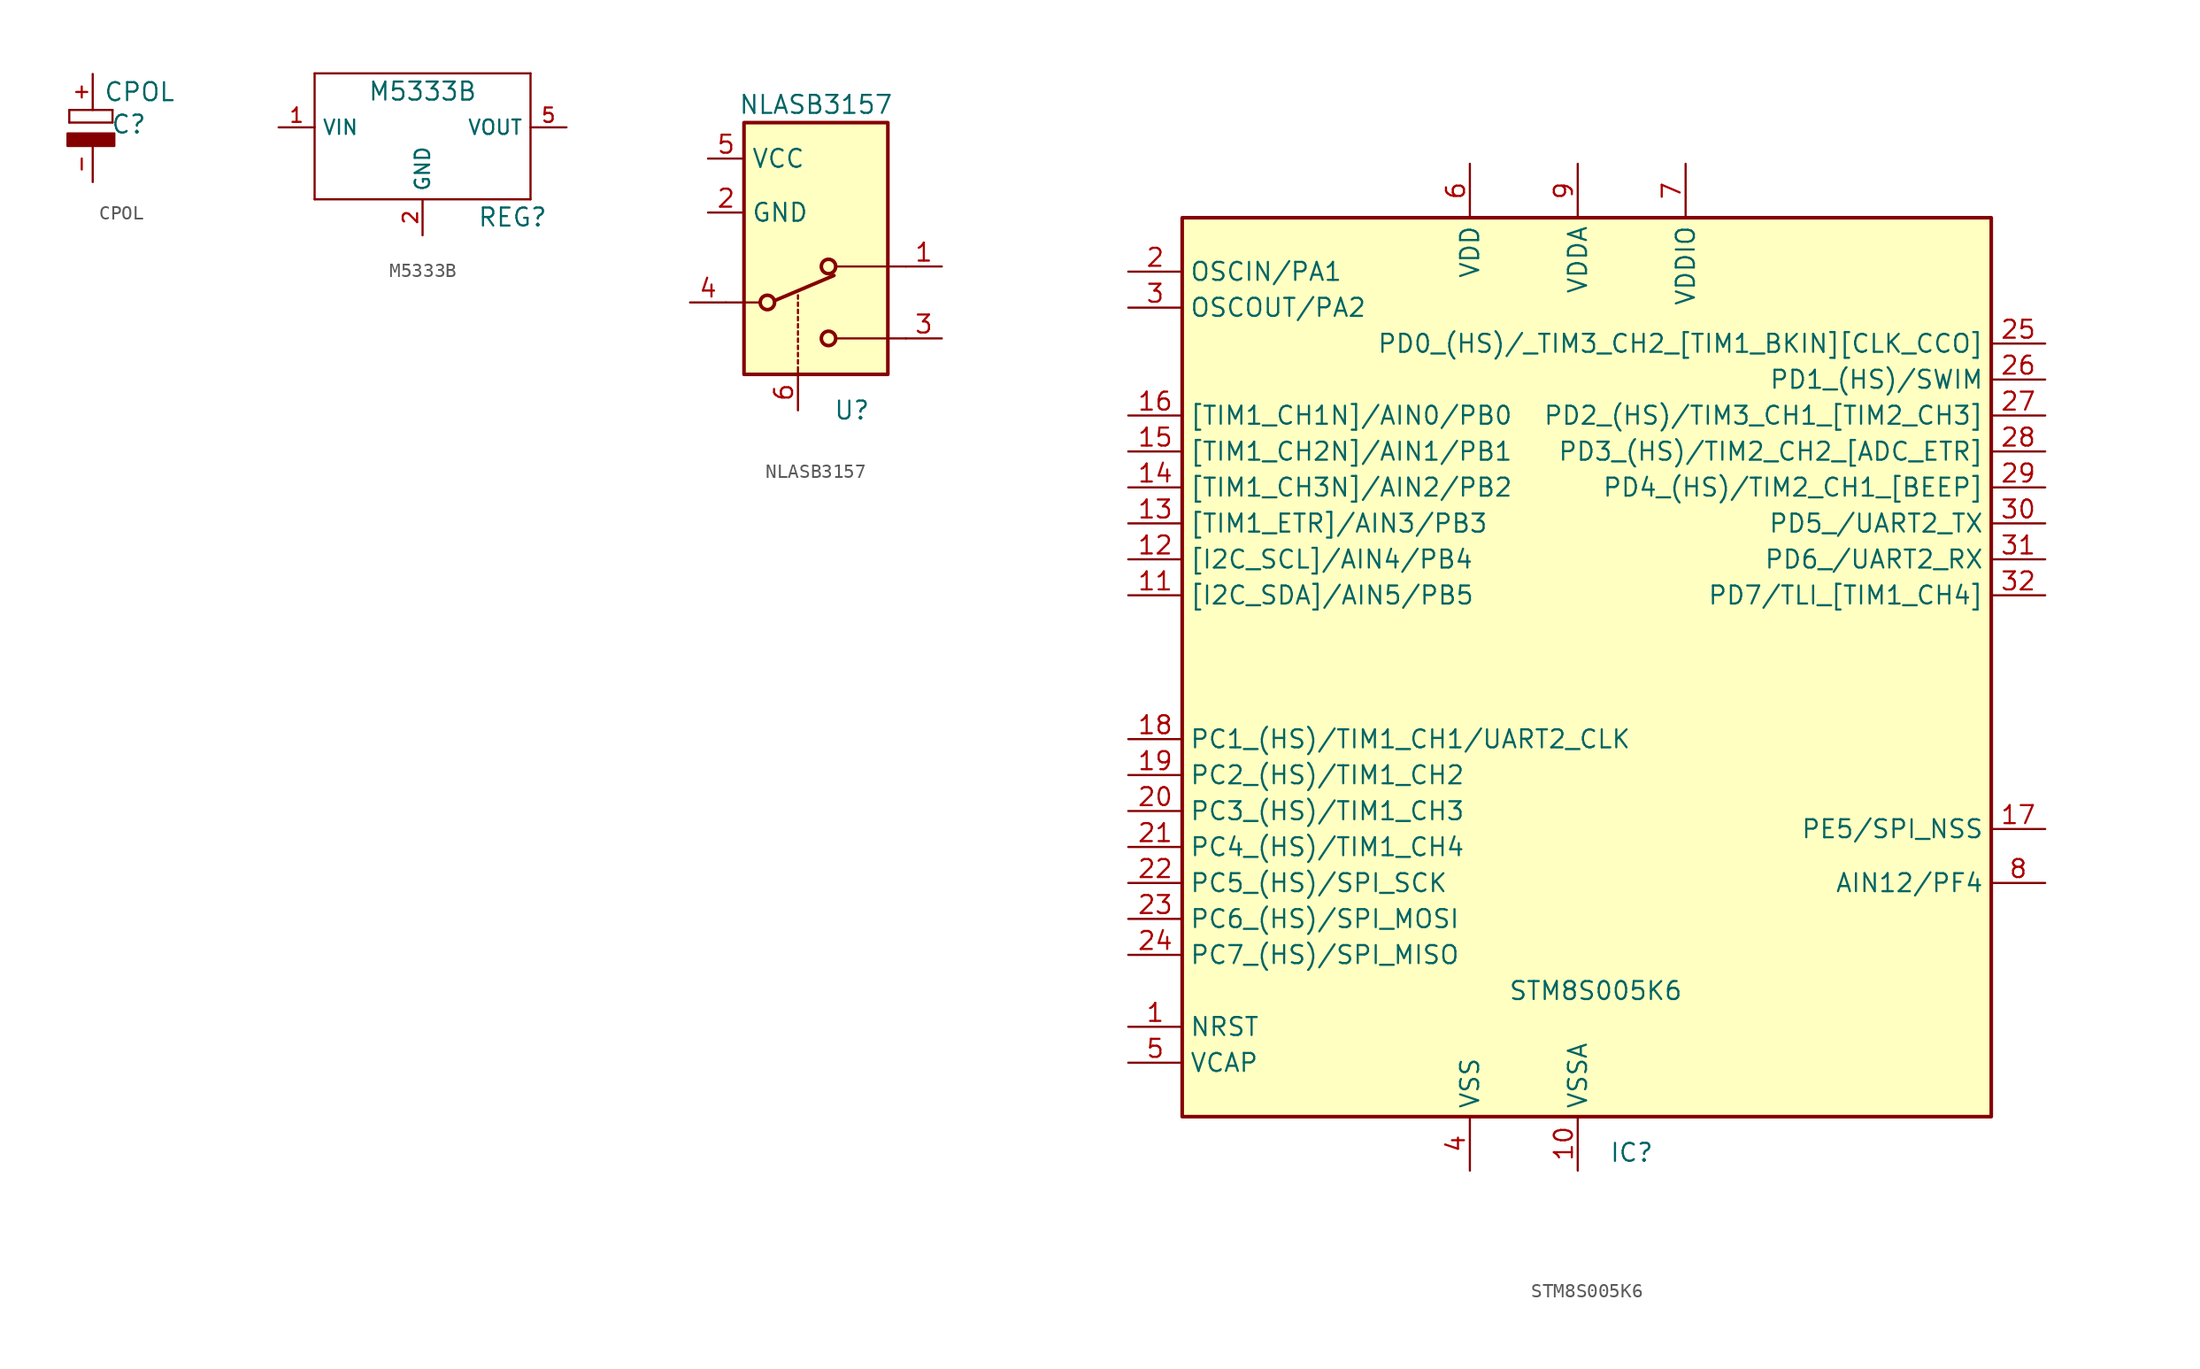
<source format=kicad_sym>
(kicad_symbol_lib
  (version 20211014)
  (generator kicad_symbol_editor)
  (symbol "CPOL"
    (property "Reference" "C"
      (at 2.54 0.254 0)
      (effects (font (size 1.27 1.27))))
    (property "Value" "CPOL"
      (at 3.302 2.54 0)
      (effects (font (size 1.27 1.27))))
    (symbol "CPOL_1_0"
      (polyline (pts (xy -1.651 0.381) (xy 1.397 0.381)) (stroke (width 0) (type default) (color 0 0 0 0)) (fill (type none)))
      (polyline (pts (xy -1.651 1.27) (xy -1.651 0.381)) (stroke (width 0) (type default) (color 0 0 0 0)) (fill (type none)))
      (polyline (pts (xy -1.651 1.27) (xy 1.397 1.27)) (stroke (width 0) (type default) (color 0 0 0 0)) (fill (type none)))
      (polyline (pts (xy 1.397 0.381) (xy 1.397 1.27)) (stroke (width 0) (type default) (color 0 0 0 0)) (fill (type none))))
    (symbol "CPOL_1_1"
      (rectangle (start -1.778 -1.27) (end 1.524 -0.381) (stroke (width 0) (type default) (color 0 0 0 0)) (fill (type outline)))
      (pin passive line (at 0 3.81 270) (length 2.54) (name "~" (effects (font (size 1.016 1.016)))) (number "+" (effects (font (size 1.016 1.016)))))
      (pin passive line (at 0 -3.81 90) (length 2.54) (name "" (effects (font (size 1.016 1.016)))) (number "-" (effects (font (size 1.016 1.016)))))))
  (symbol "M5333B"
    (property "Reference" "REG"
      (at 6.35 -5.08 0)
      (effects (font (size 1.27 1.27))))
    (property "Value" "M5333B"
      (at 0 3.81 0)
      (effects (font (size 1.27 1.27))))
    (symbol "M5333B_1_0"
      (polyline (pts (xy -7.62 -3.81) (xy 7.62 -3.81)) (stroke (width 0) (type default) (color 0 0 0 0)) (fill (type none)))
      (polyline (pts (xy -7.62 5.08) (xy -7.62 -3.81)) (stroke (width 0) (type default) (color 0 0 0 0)) (fill (type none)))
      (polyline (pts (xy 7.62 -3.81) (xy 7.62 5.08)) (stroke (width 0) (type default) (color 0 0 0 0)) (fill (type none)))
      (polyline (pts (xy 7.62 5.08) (xy -7.62 5.08)) (stroke (width 0) (type default) (color 0 0 0 0)) (fill (type none))))
    (symbol "M5333B_1_1"
      (pin power_in line (at -10.16 1.27 0) (length 2.54) (name "VIN" (effects (font (size 1.016 1.016)))) (number "1" (effects (font (size 1.016 1.016)))))
      (pin power_in line (at 0 -6.35 90) (length 2.54) (name "GND" (effects (font (size 1.016 1.016)))) (number "2" (effects (font (size 1.016 1.016)))))
      (pin power_out line (at 10.16 1.27 180) (length 2.54) (name "VOUT" (effects (font (size 1.016 1.016)))) (number "5" (effects (font (size 1.016 1.016)))))))
  (symbol "NLASB3157"
    (property "Reference" "U"
      (at 3.81 -12.7 0)
      (effects (font (size 1.27 1.27))))
    (property "Value" "NLASB3157"
      (at 1.27 8.89 0)
      (effects (font (size 1.27 1.27))))
    (symbol "NLASB3157_1_1"
      (rectangle (start -3.81 7.62) (end 6.35 -10.16) (stroke (width 0.254) (type default) (color 0 0 0 0)) (fill (type background)))
      (circle (center -2.159 -5.08) (radius 0.508) (stroke (width 0.254) (type default) (color 0 0 0 0)) (fill (type none)))
      (polyline (pts (xy -5.08 -5.08) (xy -2.794 -5.08)) (stroke (width 0) (type default) (color 0 0 0 0)) (fill (type none)))
      (polyline (pts (xy -1.651 -4.953) (xy 2.54 -3.175)) (stroke (width 0.254) (type default) (color 0 0 0 0)) (fill (type none)))
      (polyline (pts (xy 0 -10.16) (xy 0 -9.652)) (stroke (width 0) (type default) (color 0 0 0 0)) (fill (type none)))
      (polyline (pts (xy 0 -9.398) (xy 0 -9.144)) (stroke (width 0) (type default) (color 0 0 0 0)) (fill (type none)))
      (polyline (pts (xy 0 -8.89) (xy 0 -8.636)) (stroke (width 0) (type default) (color 0 0 0 0)) (fill (type none)))
      (polyline (pts (xy 0 -8.382) (xy 0 -8.128)) (stroke (width 0) (type default) (color 0 0 0 0)) (fill (type none)))
      (polyline (pts (xy 0 -7.874) (xy 0 -7.62)) (stroke (width 0) (type default) (color 0 0 0 0)) (fill (type none)))
      (polyline (pts (xy 0 -7.366) (xy 0 -7.112)) (stroke (width 0) (type default) (color 0 0 0 0)) (fill (type none)))
      (polyline (pts (xy 0 -6.858) (xy 0 -6.604)) (stroke (width 0) (type default) (color 0 0 0 0)) (fill (type none)))
      (polyline (pts (xy 0 -6.35) (xy 0 -6.096)) (stroke (width 0) (type default) (color 0 0 0 0)) (fill (type none)))
      (polyline (pts (xy 0 -5.842) (xy 0 -5.588)) (stroke (width 0) (type default) (color 0 0 0 0)) (fill (type none)))
      (polyline (pts (xy 0 -5.334) (xy 0 -5.08)) (stroke (width 0) (type default) (color 0 0 0 0)) (fill (type none)))
      (polyline (pts (xy 0 -4.826) (xy 0 -4.572)) (stroke (width 0) (type default) (color 0 0 0 0)) (fill (type none)))
      (polyline (pts (xy 7.62 -7.62) (xy 2.794 -7.62)) (stroke (width 0) (type default) (color 0 0 0 0)) (fill (type none)))
      (polyline (pts (xy 7.62 -2.54) (xy 2.794 -2.54)) (stroke (width 0) (type default) (color 0 0 0 0)) (fill (type none)))
      (circle (center 2.159 -7.62) (radius 0.508) (stroke (width 0.254) (type default) (color 0 0 0 0)) (fill (type none)))
      (circle (center 2.159 -2.54) (radius 0.508) (stroke (width 0.254) (type default) (color 0 0 0 0)) (fill (type none)))
      (pin passive line (at 10.16 -2.54 180) (length 2.54) (name "~" (effects (font (size 1.27 1.27)))) (number "1" (effects (font (size 1.27 1.27)))))
      (pin power_in line (at -6.35 1.27 0) (length 2.54) (name "GND" (effects (font (size 1.27 1.27)))) (number "2" (effects (font (size 1.27 1.27)))))
      (pin passive line (at 10.16 -7.62 180) (length 2.54) (name "~" (effects (font (size 1.27 1.27)))) (number "3" (effects (font (size 1.27 1.27)))))
      (pin passive line (at -7.62 -5.08 0) (length 2.54) (name "~" (effects (font (size 1.27 1.27)))) (number "4" (effects (font (size 1.27 1.27)))))
      (pin power_in line (at -6.35 5.08 0) (length 2.54) (name "VCC" (effects (font (size 1.27 1.27)))) (number "5" (effects (font (size 1.27 1.27)))))
      (pin input line (at 0 -12.7 90) (length 2.54) (name "~" (effects (font (size 1.27 1.27)))) (number "6" (effects (font (size 1.27 1.27)))))))
  (symbol "STM8S005K6"
    (property "Reference" "IC"
      (at 11.43 -36.83 0)
      (effects (font (size 1.27 1.27))))
    (property "Value" "STM8S005K6"
      (at 8.89 -25.4 0)
      (effects (font (size 1.27 1.27))))
    (symbol "STM8S005K6_0_1"
      (rectangle (start -20.32 29.21) (end 36.83 -34.29) (stroke (width 0.254) (type default) (color 0 0 0 0)) (fill (type background))))
    (symbol "STM8S005K6_1_1"
      (pin input line (at -24.13 -27.94 0) (length 3.81) (name "NRST" (effects (font (size 1.27 1.27)))) (number "1" (effects (font (size 1.27 1.27)))))
      (pin power_in line (at 7.62 -38.1 90) (length 3.81) (name "VSSA" (effects (font (size 1.27 1.27)))) (number "10" (effects (font (size 1.27 1.27)))))
      (pin bidirectional line (at -24.13 2.54 0) (length 3.81) (name "[I2C_SDA]/AIN5/PB5" (effects (font (size 1.27 1.27)))) (number "11" (effects (font (size 1.27 1.27)))))
      (pin bidirectional line (at -24.13 5.08 0) (length 3.81) (name "[I2C_SCL]/AIN4/PB4" (effects (font (size 1.27 1.27)))) (number "12" (effects (font (size 1.27 1.27)))))
      (pin bidirectional line (at -24.13 7.62 0) (length 3.81) (name "[TIM1_ETR]/AIN3/PB3" (effects (font (size 1.27 1.27)))) (number "13" (effects (font (size 1.27 1.27)))))
      (pin bidirectional line (at -24.13 10.16 0) (length 3.81) (name "[TIM1_CH3N]/AIN2/PB2" (effects (font (size 1.27 1.27)))) (number "14" (effects (font (size 1.27 1.27)))))
      (pin bidirectional line (at -24.13 12.7 0) (length 3.81) (name "[TIM1_CH2N]/AIN1/PB1" (effects (font (size 1.27 1.27)))) (number "15" (effects (font (size 1.27 1.27)))))
      (pin bidirectional line (at -24.13 15.24 0) (length 3.81) (name "[TIM1_CH1N]/AIN0/PB0" (effects (font (size 1.27 1.27)))) (number "16" (effects (font (size 1.27 1.27)))))
      (pin bidirectional line (at 40.64 -13.97 180) (length 3.81) (name "PE5/SPI_NSS" (effects (font (size 1.27 1.27)))) (number "17" (effects (font (size 1.27 1.27)))))
      (pin bidirectional line (at -24.13 -7.62 0) (length 3.81) (name "PC1_(HS)/TIM1_CH1/UART2_CLK" (effects (font (size 1.27 1.27)))) (number "18" (effects (font (size 1.27 1.27)))))
      (pin bidirectional line (at -24.13 -10.16 0) (length 3.81) (name "PC2_(HS)/TIM1_CH2" (effects (font (size 1.27 1.27)))) (number "19" (effects (font (size 1.27 1.27)))))
      (pin bidirectional line (at -24.13 25.4 0) (length 3.81) (name "OSCIN/PA1" (effects (font (size 1.27 1.27)))) (number "2" (effects (font (size 1.27 1.27)))))
      (pin bidirectional line (at -24.13 -12.7 0) (length 3.81) (name "PC3_(HS)/TIM1_CH3" (effects (font (size 1.27 1.27)))) (number "20" (effects (font (size 1.27 1.27)))))
      (pin bidirectional line (at -24.13 -15.24 0) (length 3.81) (name "PC4_(HS)/TIM1_CH4" (effects (font (size 1.27 1.27)))) (number "21" (effects (font (size 1.27 1.27)))))
      (pin bidirectional line (at -24.13 -17.78 0) (length 3.81) (name "PC5_(HS)/SPI_SCK" (effects (font (size 1.27 1.27)))) (number "22" (effects (font (size 1.27 1.27)))))
      (pin bidirectional line (at -24.13 -20.32 0) (length 3.81) (name "PC6_(HS)/SPI_MOSI" (effects (font (size 1.27 1.27)))) (number "23" (effects (font (size 1.27 1.27)))))
      (pin bidirectional line (at -24.13 -22.86 0) (length 3.81) (name "PC7_(HS)/SPI_MISO" (effects (font (size 1.27 1.27)))) (number "24" (effects (font (size 1.27 1.27)))))
      (pin bidirectional line (at 40.64 20.32 180) (length 3.81) (name "PD0_(HS)/_TIM3_CH2_[TIM1_BKIN][CLK_CCO]" (effects (font (size 1.27 1.27)))) (number "25" (effects (font (size 1.27 1.27)))))
      (pin bidirectional line (at 40.64 17.78 180) (length 3.81) (name "PD1_(HS)/SWIM" (effects (font (size 1.27 1.27)))) (number "26" (effects (font (size 1.27 1.27)))))
      (pin bidirectional line (at 40.64 15.24 180) (length 3.81) (name "PD2_(HS)/TIM3_CH1_[TIM2_CH3]" (effects (font (size 1.27 1.27)))) (number "27" (effects (font (size 1.27 1.27)))))
      (pin bidirectional line (at 40.64 12.7 180) (length 3.81) (name "PD3_(HS)/TIM2_CH2_[ADC_ETR]" (effects (font (size 1.27 1.27)))) (number "28" (effects (font (size 1.27 1.27)))))
      (pin bidirectional line (at 40.64 10.16 180) (length 3.81) (name "PD4_(HS)/TIM2_CH1_[BEEP]" (effects (font (size 1.27 1.27)))) (number "29" (effects (font (size 1.27 1.27)))))
      (pin bidirectional line (at -24.13 22.86 0) (length 3.81) (name "OSCOUT/PA2" (effects (font (size 1.27 1.27)))) (number "3" (effects (font (size 1.27 1.27)))))
      (pin bidirectional line (at 40.64 7.62 180) (length 3.81) (name "PD5_/UART2_TX" (effects (font (size 1.27 1.27)))) (number "30" (effects (font (size 1.27 1.27)))))
      (pin bidirectional line (at 40.64 5.08 180) (length 3.81) (name "PD6_/UART2_RX" (effects (font (size 1.27 1.27)))) (number "31" (effects (font (size 1.27 1.27)))))
      (pin bidirectional line (at 40.64 2.54 180) (length 3.81) (name "PD7/TLI_[TIM1_CH4]" (effects (font (size 1.27 1.27)))) (number "32" (effects (font (size 1.27 1.27)))))
      (pin power_in line (at 0 -38.1 90) (length 3.81) (name "VSS" (effects (font (size 1.27 1.27)))) (number "4" (effects (font (size 1.27 1.27)))))
      (pin input line (at -24.13 -30.48 0) (length 3.81) (name "VCAP" (effects (font (size 1.27 1.27)))) (number "5" (effects (font (size 1.27 1.27)))))
      (pin power_in line (at 0 33.02 270) (length 3.81) (name "VDD" (effects (font (size 1.27 1.27)))) (number "6" (effects (font (size 1.27 1.27)))))
      (pin bidirectional line (at 15.24 33.02 270) (length 3.81) (name "VDDIO" (effects (font (size 1.27 1.27)))) (number "7" (effects (font (size 1.27 1.27)))))
      (pin bidirectional line (at 40.64 -17.78 180) (length 3.81) (name "AIN12/PF4" (effects (font (size 1.27 1.27)))) (number "8" (effects (font (size 1.27 1.27)))))
      (pin power_in line (at 7.62 33.02 270) (length 3.81) (name "VDDA" (effects (font (size 1.27 1.27)))) (number "9" (effects (font (size 1.27 1.27))))))))
</source>
